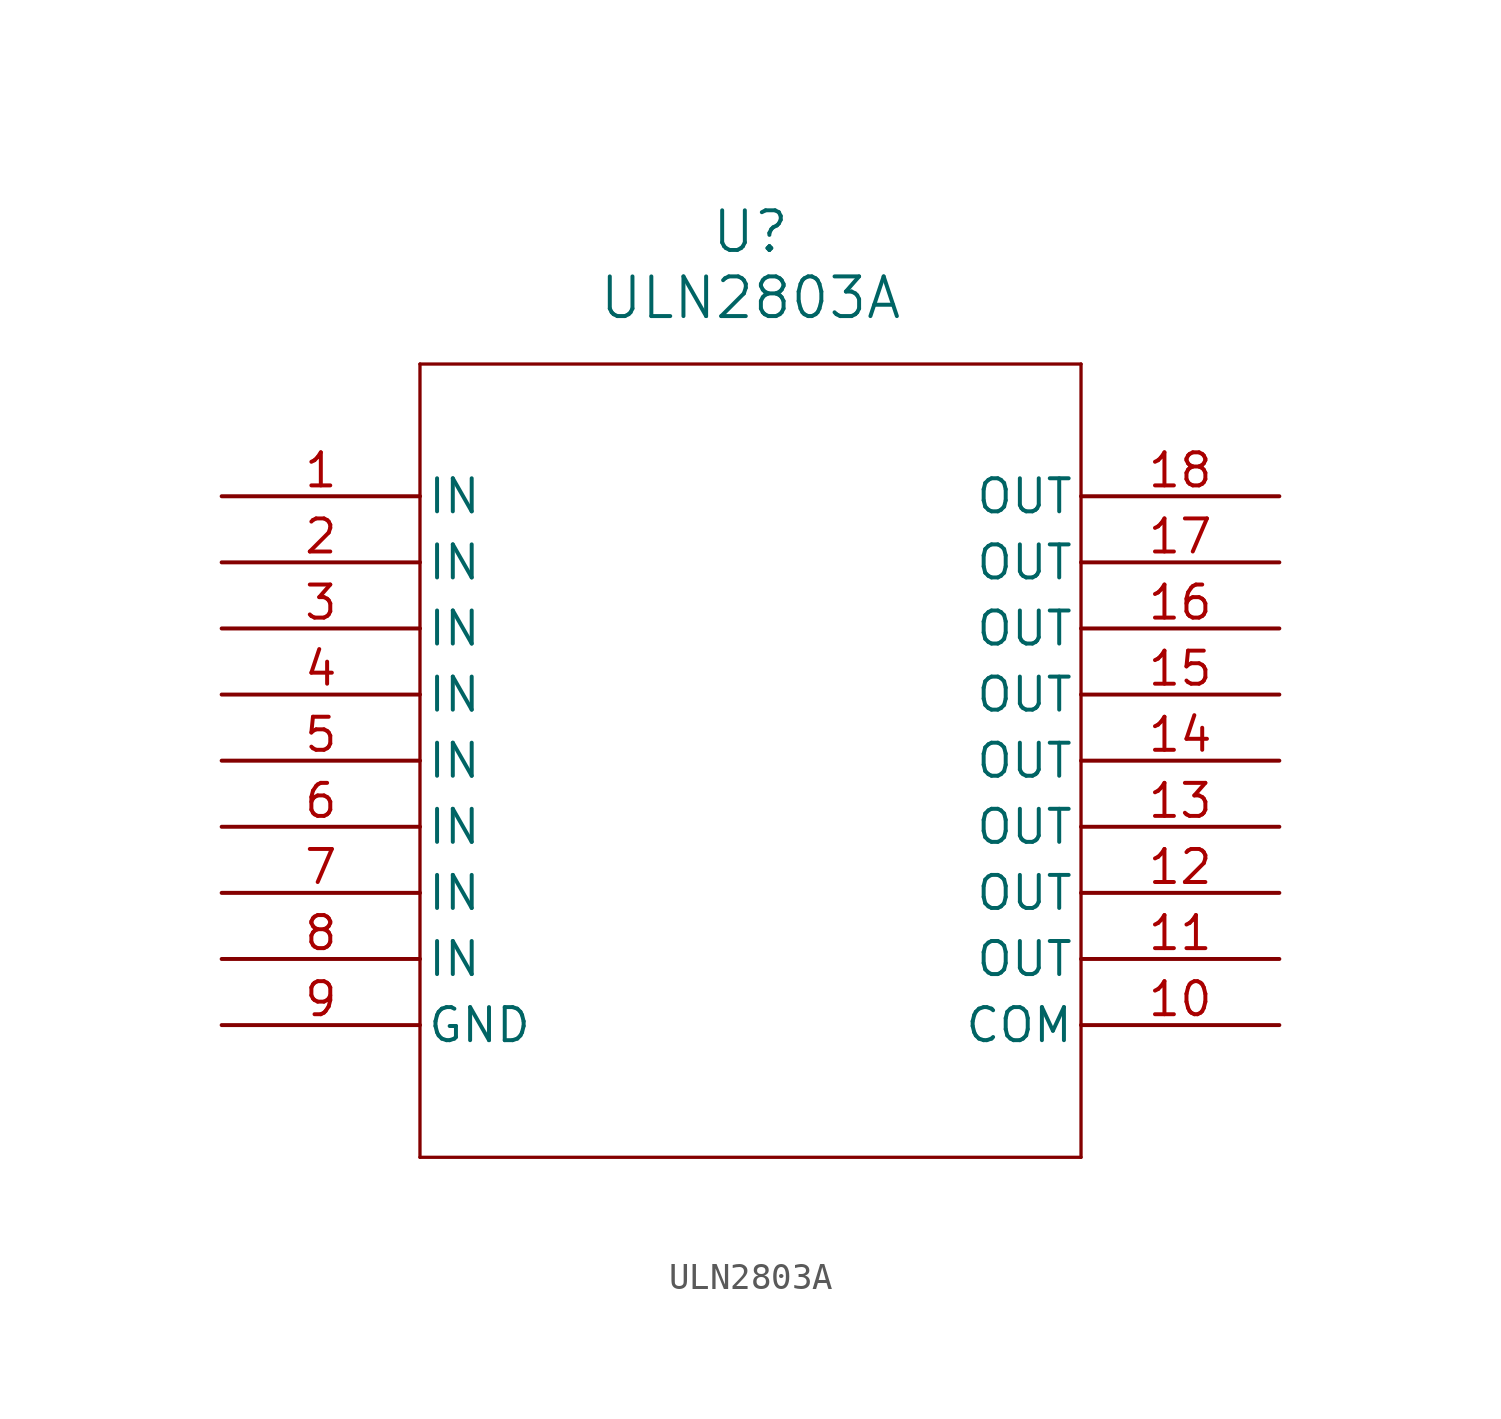
<source format=kicad_sym>
(kicad_symbol_lib
  (version 20211014)
  (generator kicad_symbol_editor)
  (symbol "ULN2803A"
    (pin_names
      (offset 0.254))
    (property "Reference" "U"
      (at 20.32 10.16 0)
      (effects (font (size 1.524 1.524))))
    (property "Value" "ULN2803A"
      (at 20.32 7.62 0)
      (effects (font (size 1.524 1.524))))
    (symbol "ULN2803A_0_1"
      (polyline (pts (xy 7.62 5.08) (xy 7.62 -25.4)) (stroke (width 0.127) (type default) (color 0 0 0 0)) (fill (type none)))
      (polyline (pts (xy 7.62 -25.4) (xy 33.02 -25.4)) (stroke (width 0.127) (type default) (color 0 0 0 0)) (fill (type none)))
      (polyline (pts (xy 33.02 -25.4) (xy 33.02 5.08)) (stroke (width 0.127) (type default) (color 0 0 0 0)) (fill (type none)))
      (polyline (pts (xy 33.02 5.08) (xy 7.62 5.08)) (stroke (width 0.127) (type default) (color 0 0 0 0)) (fill (type none)))
      (pin input line (at 0 0 0) (length 7.62) (name "IN" (effects (font (size 1.27 1.27)))) (number "1" (effects (font (size 1.27 1.27)))))
      (pin input line (at 0 -2.54 0) (length 7.62) (name "IN" (effects (font (size 1.27 1.27)))) (number "2" (effects (font (size 1.27 1.27)))))
      (pin input line (at 0 -5.08 0) (length 7.62) (name "IN" (effects (font (size 1.27 1.27)))) (number "3" (effects (font (size 1.27 1.27)))))
      (pin input line (at 0 -7.62 0) (length 7.62) (name "IN" (effects (font (size 1.27 1.27)))) (number "4" (effects (font (size 1.27 1.27)))))
      (pin input line (at 0 -10.16 0) (length 7.62) (name "IN" (effects (font (size 1.27 1.27)))) (number "5" (effects (font (size 1.27 1.27)))))
      (pin input line (at 0 -12.7 0) (length 7.62) (name "IN" (effects (font (size 1.27 1.27)))) (number "6" (effects (font (size 1.27 1.27)))))
      (pin input line (at 0 -15.24 0) (length 7.62) (name "IN" (effects (font (size 1.27 1.27)))) (number "7" (effects (font (size 1.27 1.27)))))
      (pin input line (at 0 -17.78 0) (length 7.62) (name "IN" (effects (font (size 1.27 1.27)))) (number "8" (effects (font (size 1.27 1.27)))))
      (pin power_out line (at 0 -20.32 0) (length 7.62) (name "GND" (effects (font (size 1.27 1.27)))) (number "9" (effects (font (size 1.27 1.27)))))
      (pin bidirectional line (at 40.64 -20.32 180) (length 7.62) (name "COM" (effects (font (size 1.27 1.27)))) (number "10" (effects (font (size 1.27 1.27)))))
      (pin output line (at 40.64 -17.78 180) (length 7.62) (name "OUT" (effects (font (size 1.27 1.27)))) (number "11" (effects (font (size 1.27 1.27)))))
      (pin output line (at 40.64 -15.24 180) (length 7.62) (name "OUT" (effects (font (size 1.27 1.27)))) (number "12" (effects (font (size 1.27 1.27)))))
      (pin output line (at 40.64 -12.7 180) (length 7.62) (name "OUT" (effects (font (size 1.27 1.27)))) (number "13" (effects (font (size 1.27 1.27)))))
      (pin output line (at 40.64 -10.16 180) (length 7.62) (name "OUT" (effects (font (size 1.27 1.27)))) (number "14" (effects (font (size 1.27 1.27)))))
      (pin output line (at 40.64 -7.62 180) (length 7.62) (name "OUT" (effects (font (size 1.27 1.27)))) (number "15" (effects (font (size 1.27 1.27)))))
      (pin output line (at 40.64 -5.08 180) (length 7.62) (name "OUT" (effects (font (size 1.27 1.27)))) (number "16" (effects (font (size 1.27 1.27)))))
      (pin output line (at 40.64 -2.54 180) (length 7.62) (name "OUT" (effects (font (size 1.27 1.27)))) (number "17" (effects (font (size 1.27 1.27)))))
      (pin output line (at 40.64 0 180) (length 7.62) (name "OUT" (effects (font (size 1.27 1.27)))) (number "18" (effects (font (size 1.27 1.27))))))))
</source>
